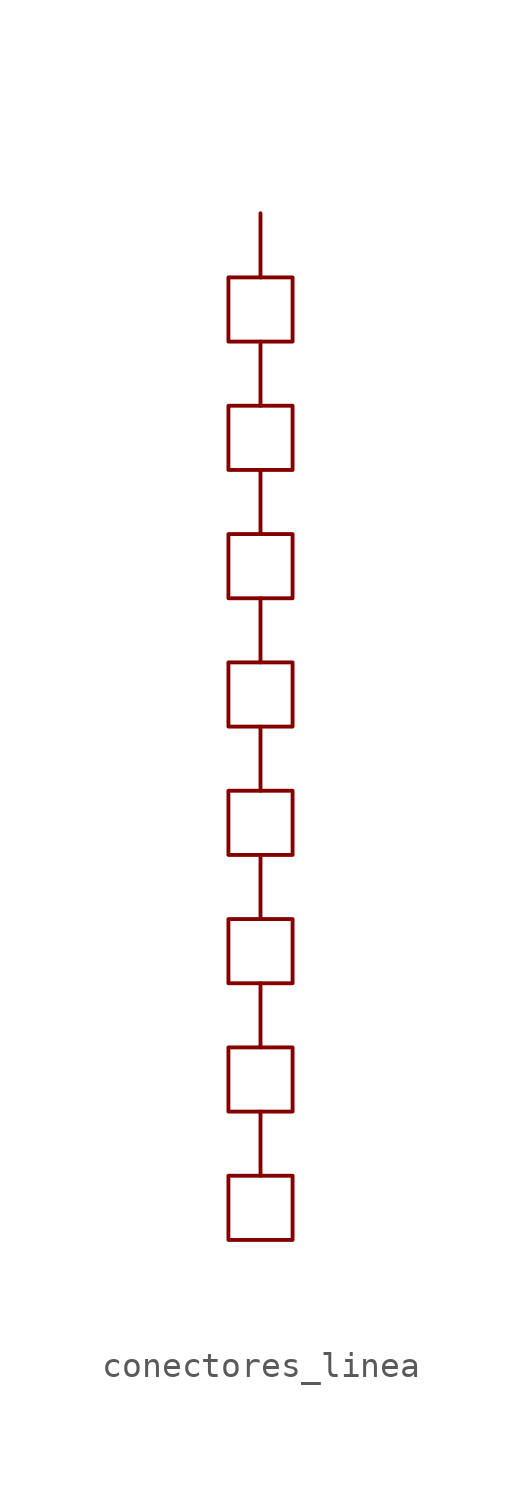
<source format=kicad_sym>
(kicad_symbol_lib
  (version 20211014)
  (generator kicad_symbol_editor)
  (symbol "conectores_linea"
    (pin_names
      (offset 1.016))
    (property "Reference" "o"
      (at 3.81 -1.27 0)
      (effects (font (size 2.54 2.54)) hide))
    (symbol "conectores_linea_0_1"
      (rectangle (start -1.27 -35.56) (end 1.27 -38.1) (stroke (width 0) (type default) (color 0 0 0 0)) (fill (type none)))
      (rectangle (start -1.27 -30.48) (end 1.27 -33.02) (stroke (width 0) (type default) (color 0 0 0 0)) (fill (type none)))
      (rectangle (start -1.27 -25.4) (end 1.27 -27.94) (stroke (width 0) (type default) (color 0 0 0 0)) (fill (type none)))
      (rectangle (start -1.27 -20.32) (end 1.27 -22.86) (stroke (width 0) (type default) (color 0 0 0 0)) (fill (type none)))
      (rectangle (start -1.27 -15.24) (end 1.27 -17.78) (stroke (width 0) (type default) (color 0 0 0 0)) (fill (type none)))
      (rectangle (start -1.27 -10.16) (end 1.27 -12.7) (stroke (width 0) (type default) (color 0 0 0 0)) (fill (type none)))
      (rectangle (start -1.27 -5.08) (end 1.27 -7.62) (stroke (width 0) (type default) (color 0 0 0 0)) (fill (type none)))
      (rectangle (start -1.27 0) (end 1.27 -2.54) (stroke (width 0) (type default) (color 0 0 0 0)) (fill (type none)))
      (polyline (pts (xy 0 -33.02) (xy 0 -35.56)) (stroke (width 0) (type default) (color 0 0 0 0)) (fill (type none)))
      (polyline (pts (xy 0 -27.94) (xy 0 -30.48)) (stroke (width 0) (type default) (color 0 0 0 0)) (fill (type none)))
      (polyline (pts (xy 0 -22.86) (xy 0 -25.4)) (stroke (width 0) (type default) (color 0 0 0 0)) (fill (type none)))
      (polyline (pts (xy 0 -17.78) (xy 0 -20.32)) (stroke (width 0) (type default) (color 0 0 0 0)) (fill (type none)))
      (polyline (pts (xy 0 -12.7) (xy 0 -15.24)) (stroke (width 0) (type default) (color 0 0 0 0)) (fill (type none)))
      (polyline (pts (xy 0 -7.62) (xy 0 -10.16)) (stroke (width 0) (type default) (color 0 0 0 0)) (fill (type none)))
      (polyline (pts (xy 0 -2.54) (xy 0 -5.08)) (stroke (width 0) (type default) (color 0 0 0 0)) (fill (type none))))
    (symbol "conectores_linea_1_1"
      (pin input line (at 0 2.54 270) (length 2.54) (name "~" (effects (font (size 1.27 1.27)))) (number "~" (effects (font (size 1.143 1.143))))))))
</source>
